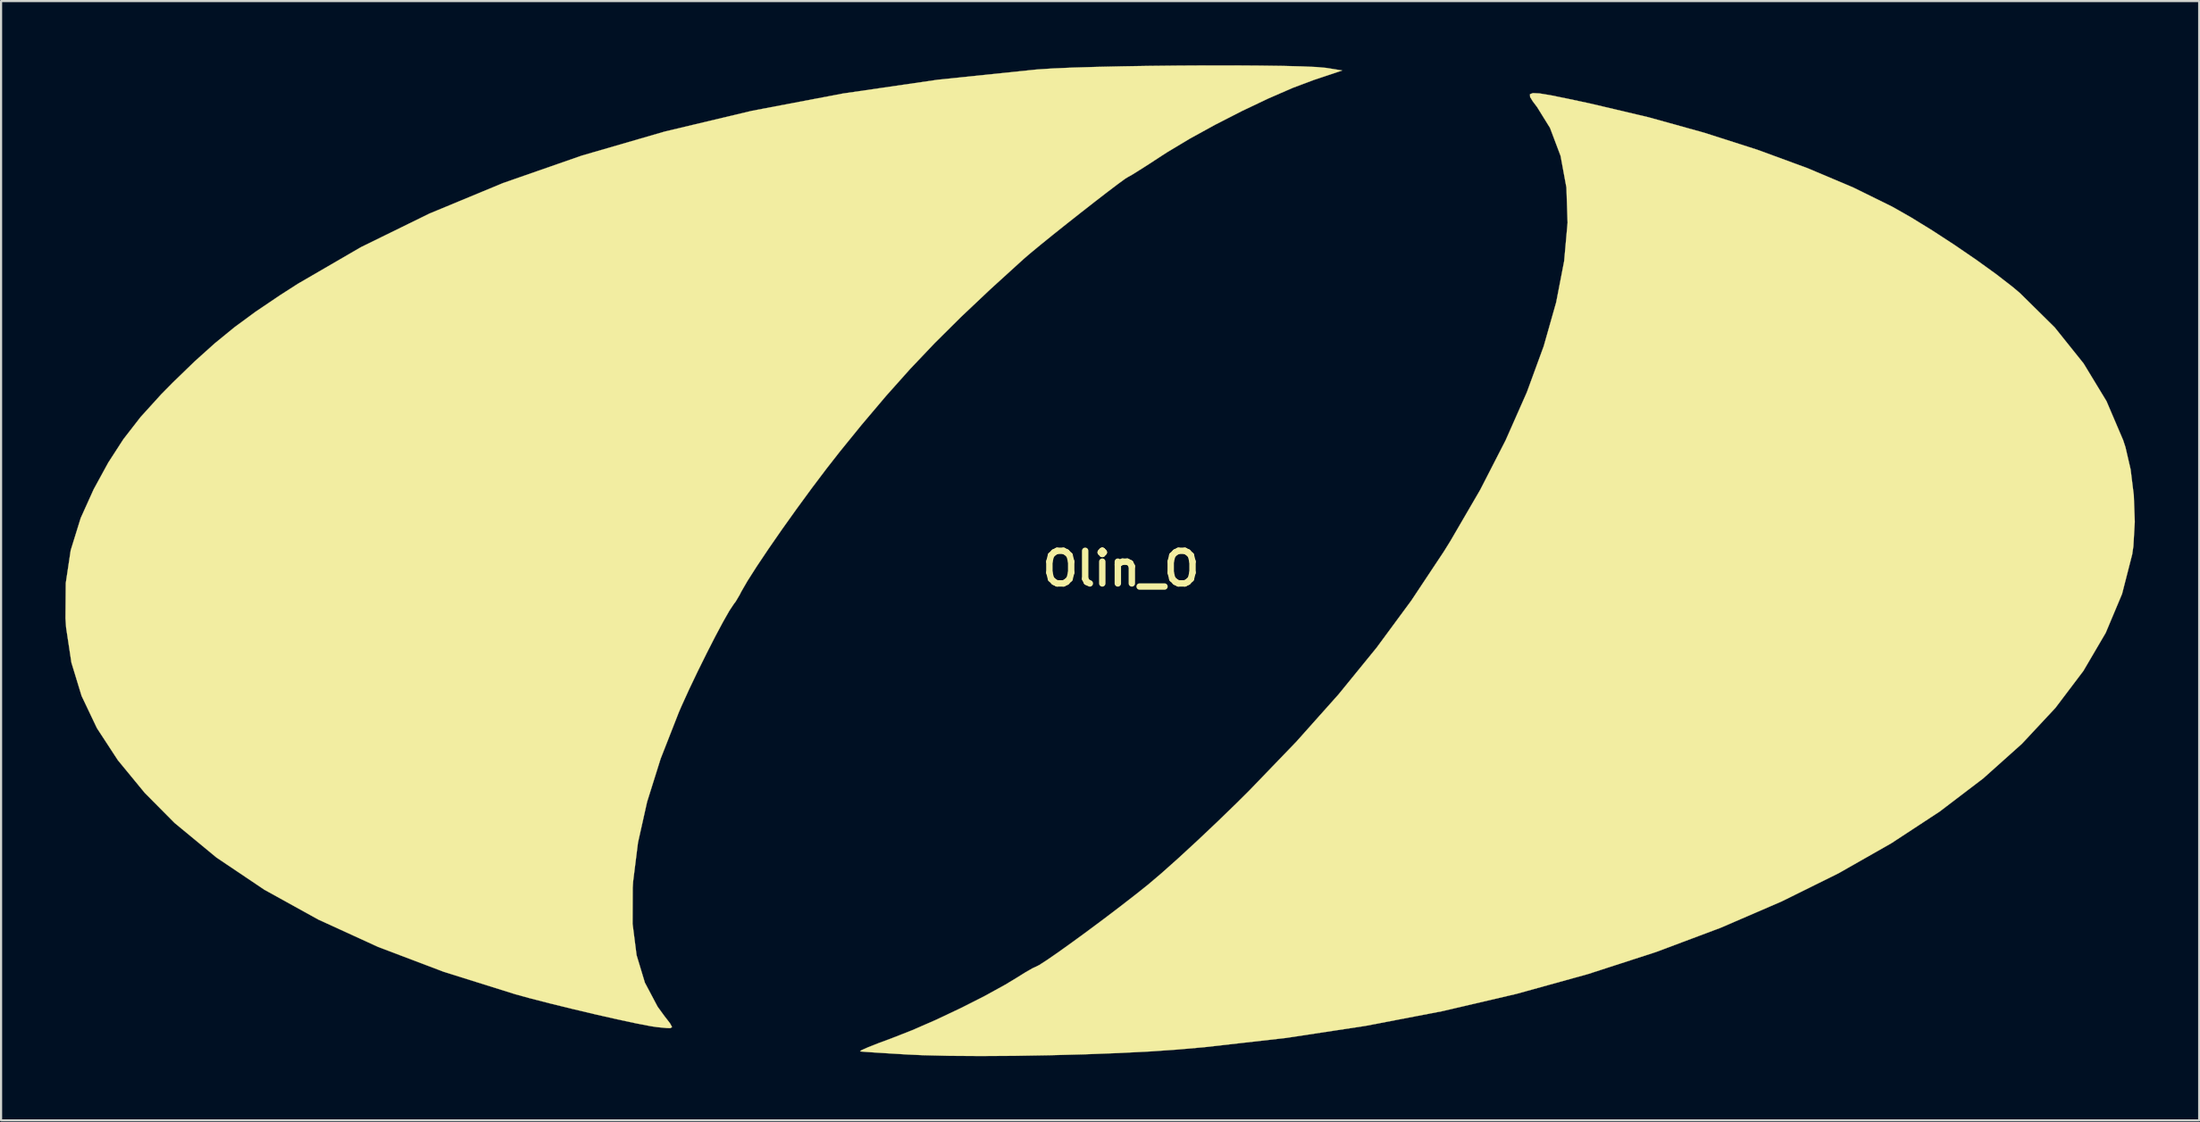
<source format=kicad_pcb>
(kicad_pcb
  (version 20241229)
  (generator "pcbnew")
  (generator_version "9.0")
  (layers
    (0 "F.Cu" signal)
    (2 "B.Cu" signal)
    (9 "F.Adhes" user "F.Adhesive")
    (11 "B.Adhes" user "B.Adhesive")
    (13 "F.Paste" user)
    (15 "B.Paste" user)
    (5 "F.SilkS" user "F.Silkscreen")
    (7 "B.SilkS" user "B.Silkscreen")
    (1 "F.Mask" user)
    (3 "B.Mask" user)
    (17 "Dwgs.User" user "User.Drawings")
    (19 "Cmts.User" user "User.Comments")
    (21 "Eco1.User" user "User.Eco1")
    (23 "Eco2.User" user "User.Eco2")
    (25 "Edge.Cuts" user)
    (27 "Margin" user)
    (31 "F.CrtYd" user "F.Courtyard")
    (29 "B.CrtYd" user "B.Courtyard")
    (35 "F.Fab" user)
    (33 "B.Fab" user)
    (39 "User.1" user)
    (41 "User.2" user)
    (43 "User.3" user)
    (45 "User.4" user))
  (footprint "Olin_O"
    (layer "F.Cu")
    (at 49.248 23.499)
    (property "Reference" "Olin_O" (at 0 0 0) (layer "F.SilkS") (effects (font (size 1.524 1.524) (thickness 0.3))))
    (attr through_hole)
    (fp_poly (pts (xy 19.53 -22.187) (xy 20.042 -22.103) (xy 20.788 -21.952) (xy 21.795 -21.737) (xy 21.972 -21.698) (xy 24.615 -21.074) (xy 27.206 -20.354) (xy 29.694 -19.557) (xy 32.029 -18.699) (xy 34.16 -17.798) (xy 35.983 -16.9) (xy 36.857 -16.403) (xy 37.848 -15.793) (xy 38.888 -15.115) (xy 39.909 -14.416) (xy 40.84 -13.744) (xy 41.612 -13.145) (xy 41.942 -12.866) (xy 43.565 -11.263) (xy 44.914 -9.578) (xy 45.981 -7.819) (xy 46.758 -5.999) (xy 46.866 -5.67) (xy 47.107 -4.627) (xy 47.255 -3.424) (xy 47.3 -2.187) (xy 47.235 -1.045) (xy 47.181 -0.672) (xy 46.707 1.18) (xy 45.944 2.997) (xy 44.903 4.773) (xy 43.597 6.501) (xy 42.035 8.176) (xy 40.231 9.791) (xy 38.196 11.341) (xy 35.942 12.82) (xy 33.48 14.221) (xy 30.822 15.538) (xy 27.979 16.766) (xy 24.963 17.898) (xy 21.787 18.928) (xy 18.46 19.85) (xy 14.996 20.659) (xy 11.406 21.347) (xy 7.701 21.91) (xy 3.893 22.341) (xy 2.607 22.454) (xy 1.349 22.541) (xy -0.102 22.614) (xy -1.681 22.674) (xy -3.324 22.717) (xy -4.967 22.745) (xy -6.546 22.754) (xy -7.996 22.745) (xy -9.253 22.715) (xy -9.979 22.682) (xy -10.741 22.636) (xy -11.397 22.595) (xy -11.886 22.562) (xy -12.149 22.54) (xy -12.171 22.537) (xy -12.1 22.48) (xy -11.794 22.344) (xy -11.303 22.15) (xy -10.735 21.94) (xy -9.748 21.553) (xy -8.631 21.065) (xy -7.472 20.517) (xy -6.362 19.954) (xy -5.39 19.419) (xy -4.873 19.106) (xy -4.445 18.84) (xy -4.125 18.656) (xy -3.993 18.596) (xy -3.816 18.509) (xy -3.441 18.266) (xy -2.908 17.897) (xy -2.259 17.433) (xy -1.534 16.902) (xy -0.774 16.336) (xy -0.021 15.763) (xy 0.686 15.214) (xy 1.26 14.757) (xy 1.894 14.218) (xy 2.684 13.513) (xy 3.572 12.694) (xy 4.504 11.812) (xy 5.425 10.919) (xy 5.975 10.372) (xy 8.18 8.082) (xy 10.151 5.871) (xy 11.927 3.69) (xy 13.548 1.489) (xy 15.054 -0.781) (xy 15.368 -1.285) (xy 16.757 -3.672) (xy 17.948 -5.995) (xy 18.939 -8.238) (xy 19.726 -10.39) (xy 20.306 -12.435) (xy 20.678 -14.359) (xy 20.838 -16.15) (xy 20.784 -17.792) (xy 20.511 -19.272) (xy 20.019 -20.577) (xy 19.416 -21.55) (xy 19.21 -21.824) (xy 19.089 -22.023) (xy 19.082 -22.149) (xy 19.219 -22.203) (xy 19.53 -22.187)) (stroke (width 0.01) (type solid)) (fill yes) (layer "F.SilkS"))
    (fp_poly (pts (xy 5.273 -23.494) (xy 6.474 -23.486) (xy 7.547 -23.472) (xy 8.448 -23.449) (xy 9.135 -23.419) (xy 9.565 -23.38) (xy 9.583 -23.378) (xy 10.322 -23.259) (xy 8.979 -22.81) (xy 8.015 -22.447) (xy 6.879 -21.953) (xy 5.649 -21.368) (xy 4.401 -20.729) (xy 3.215 -20.077) (xy 2.168 -19.449) (xy 1.904 -19.279) (xy 1.316 -18.895) (xy 0.825 -18.582) (xy 0.484 -18.37) (xy 0.344 -18.294) (xy 0.198 -18.205) (xy -0.139 -17.959) (xy -0.625 -17.591) (xy -1.217 -17.134) (xy -1.87 -16.623) (xy -2.543 -16.092) (xy -3.192 -15.574) (xy -3.773 -15.103) (xy -4.244 -14.713) (xy -4.536 -14.462) (xy -6.091 -13.047) (xy -7.457 -11.756) (xy -8.688 -10.533) (xy -9.837 -9.322) (xy -10.957 -8.067) (xy -12.103 -6.712) (xy -13.106 -5.477) (xy -13.749 -4.654) (xy -14.436 -3.743) (xy -15.135 -2.787) (xy -15.815 -1.833) (xy -16.445 -0.923) (xy -16.994 -0.103) (xy -17.43 0.582) (xy -17.722 1.088) (xy -17.782 1.21) (xy -17.969 1.527) (xy -18.07 1.663) (xy -18.271 1.967) (xy -18.568 2.49) (xy -18.933 3.174) (xy -19.336 3.964) (xy -19.75 4.801) (xy -20.145 5.629) (xy -20.492 6.392) (xy -20.624 6.696) (xy -21.476 8.873) (xy -22.109 10.891) (xy -22.533 12.791) (xy -22.76 14.61) (xy -22.778 14.897) (xy -22.785 16.578) (xy -22.598 18.047) (xy -22.211 19.329) (xy -21.618 20.45) (xy -21.308 20.877) (xy -21.038 21.227) (xy -20.945 21.399) (xy -21.017 21.452) (xy -21.192 21.448) (xy -21.636 21.405) (xy -21.923 21.363) (xy -22.599 21.233) (xy -23.488 21.043) (xy -24.512 20.811) (xy -25.591 20.555) (xy -26.648 20.295) (xy -27.604 20.049) (xy -28.254 19.87) (xy -31.593 18.823) (xy -34.658 17.66) (xy -37.448 16.382) (xy -39.962 14.991) (xy -42.198 13.487) (xy -44.155 11.87) (xy -45.545 10.468) (xy -46.799 8.942) (xy -47.776 7.445) (xy -48.492 5.939) (xy -48.966 4.386) (xy -49.214 2.748) (xy -49.243 2.315) (xy -49.229 0.672) (xy -48.999 -0.858) (xy -48.533 -2.362) (xy -47.928 -3.703) (xy -47.248 -4.949) (xy -46.54 -6.045) (xy -45.737 -7.08) (xy -44.774 -8.142) (xy -44.231 -8.693) (xy -43.218 -9.674) (xy -42.288 -10.511) (xy -41.367 -11.264) (xy -40.377 -11.993) (xy -39.241 -12.76) (xy -38.402 -13.299) (xy -35.461 -15.008) (xy -32.264 -16.577) (xy -28.827 -18.003) (xy -25.163 -19.281) (xy -21.289 -20.406) (xy -17.218 -21.375) (xy -12.967 -22.183) (xy -8.549 -22.826) (xy -3.979 -23.299) (xy -3.855 -23.309) (xy -3.159 -23.354) (xy -2.251 -23.393) (xy -1.172 -23.425) (xy 0.033 -23.452) (xy 1.323 -23.473) (xy 2.655 -23.487) (xy 3.986 -23.494) (xy 5.273 -23.494)) (stroke (width 0.01) (type solid)) (fill yes) (layer "F.SilkS")))
  (gr_rect
    (start -3 -3)
    (end 99.553 49.258)
    (stroke (width 0.1) (type default))
    (fill no)
    (layer "Edge.Cuts")))
</source>
